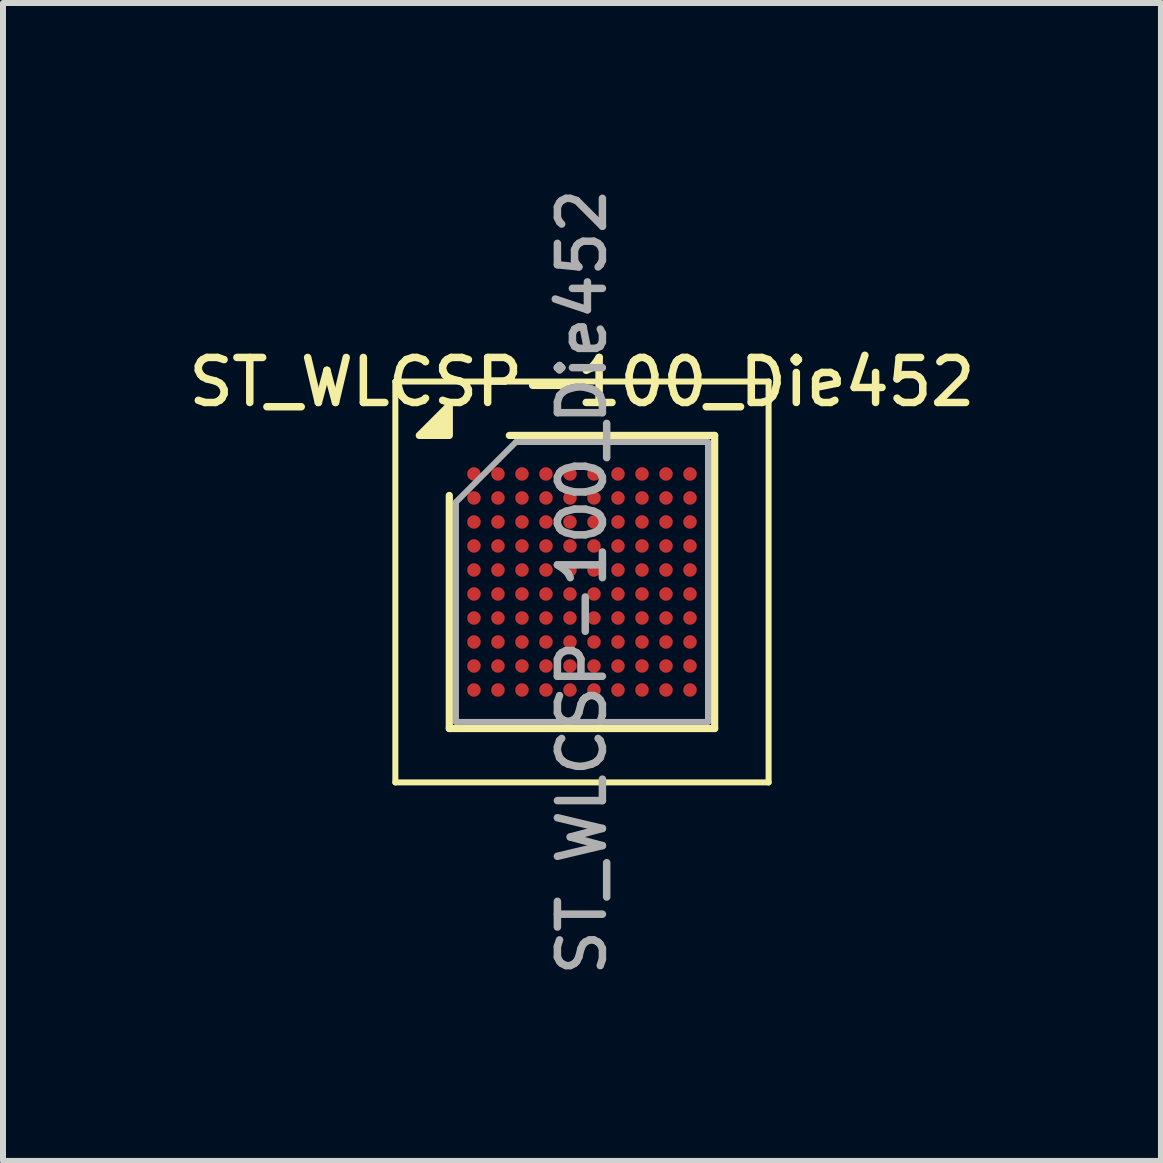
<source format=kicad_pcb>
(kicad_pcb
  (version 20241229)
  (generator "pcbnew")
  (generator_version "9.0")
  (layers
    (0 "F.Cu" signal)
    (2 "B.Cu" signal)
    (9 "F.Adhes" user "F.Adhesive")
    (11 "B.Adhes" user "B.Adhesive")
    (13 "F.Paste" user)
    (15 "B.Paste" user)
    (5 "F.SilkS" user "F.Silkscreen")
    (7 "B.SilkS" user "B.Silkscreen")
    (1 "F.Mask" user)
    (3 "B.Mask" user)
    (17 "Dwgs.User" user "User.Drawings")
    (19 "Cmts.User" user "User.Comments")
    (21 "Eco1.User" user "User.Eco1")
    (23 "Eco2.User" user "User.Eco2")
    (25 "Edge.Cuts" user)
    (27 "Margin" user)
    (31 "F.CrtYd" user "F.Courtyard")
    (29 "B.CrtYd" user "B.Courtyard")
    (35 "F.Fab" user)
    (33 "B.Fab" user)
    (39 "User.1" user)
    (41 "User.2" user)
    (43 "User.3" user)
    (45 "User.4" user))
  (footprint "ST_WLCSP-100_Die452"
    (layer "F.Cu")
    (at 6.648 6.648)
    (property "Reference" "ST_WLCSP-100_Die452" (at 0 -3.332 0) (layer "F.SilkS") (effects (font (size 0.75 0.75) (thickness 0.125))))
    (attr smd)
    (fp_line (start -3.11 -3.34) (end -3.11 3.34) (stroke (width 0.1) (type solid)) (layer "F.SilkS"))
    (fp_line (start -3.11 3.34) (end 3.11 3.34) (stroke (width 0.1) (type solid)) (layer "F.SilkS"))
    (fp_line (start -2.211 2.442) (end -2.211 -1.442) (stroke (width 0.12) (type solid)) (layer "F.SilkS"))
    (fp_line (start -1.21 -2.442) (end 2.211 -2.442) (stroke (width 0.12) (type solid)) (layer "F.SilkS"))
    (fp_line (start 2.211 -2.442) (end 2.211 2.442) (stroke (width 0.12) (type solid)) (layer "F.SilkS"))
    (fp_line (start 2.211 2.442) (end -2.211 2.442) (stroke (width 0.12) (type solid)) (layer "F.SilkS"))
    (fp_line (start 3.11 -3.34) (end -3.11 -3.34) (stroke (width 0.1) (type solid)) (layer "F.SilkS"))
    (fp_line (start 3.11 3.34) (end 3.11 -3.34) (stroke (width 0.1) (type solid)) (layer "F.SilkS"))
    (fp_poly (pts (xy -2.211 -2.442) (xy -2.711 -2.442) (xy -2.211 -2.942) (xy -2.211 -2.442)) (stroke (width 0.12) (type solid)) (fill yes) (layer "F.SilkS"))
    (fp_line (start -2.1 -1.331) (end -1.101 -2.332) (stroke (width 0.1) (type solid)) (layer "F.Fab"))
    (fp_line (start -2.1 2.332) (end -2.1 -1.331) (stroke (width 0.1) (type solid)) (layer "F.Fab"))
    (fp_line (start -1.101 -2.332) (end 2.1 -2.332) (stroke (width 0.1) (type solid)) (layer "F.Fab"))
    (fp_line (start 2.1 -2.332) (end 2.1 2.332) (stroke (width 0.1) (type solid)) (layer "F.Fab"))
    (fp_line (start 2.1 2.332) (end -2.1 2.332) (stroke (width 0.1) (type solid)) (layer "F.Fab"))
    (fp_text user "${REFERENCE}" (at 0 0 270) (layer "F.Fab") (effects (font (size 0.75 0.75) (thickness 0.125))))
    (pad "A1" smd circle (at -1.8 -1.8) (size 0.225 0.225) (property pad_prop_bga) (layers "F.Cu" "F.Mask" "F.Paste"))
    (pad "A2" smd circle (at -1.4 -1.8) (size 0.225 0.225) (property pad_prop_bga) (layers "F.Cu" "F.Mask" "F.Paste"))
    (pad "A3" smd circle (at -1 -1.8) (size 0.225 0.225) (property pad_prop_bga) (layers "F.Cu" "F.Mask" "F.Paste"))
    (pad "A4" smd circle (at -0.6 -1.8) (size 0.225 0.225) (property pad_prop_bga) (layers "F.Cu" "F.Mask" "F.Paste"))
    (pad "A5" smd circle (at -0.2 -1.8) (size 0.225 0.225) (property pad_prop_bga) (layers "F.Cu" "F.Mask" "F.Paste"))
    (pad "A6" smd circle (at 0.2 -1.8) (size 0.225 0.225) (property pad_prop_bga) (layers "F.Cu" "F.Mask" "F.Paste"))
    (pad "A7" smd circle (at 0.6 -1.8) (size 0.225 0.225) (property pad_prop_bga) (layers "F.Cu" "F.Mask" "F.Paste"))
    (pad "A8" smd circle (at 1 -1.8) (size 0.225 0.225) (property pad_prop_bga) (layers "F.Cu" "F.Mask" "F.Paste"))
    (pad "A9" smd circle (at 1.4 -1.8) (size 0.225 0.225) (property pad_prop_bga) (layers "F.Cu" "F.Mask" "F.Paste"))
    (pad "A10" smd circle (at 1.8 -1.8) (size 0.225 0.225) (property pad_prop_bga) (layers "F.Cu" "F.Mask" "F.Paste"))
    (pad "B1" smd circle (at -1.8 -1.4) (size 0.225 0.225) (property pad_prop_bga) (layers "F.Cu" "F.Mask" "F.Paste"))
    (pad "B2" smd circle (at -1.4 -1.4) (size 0.225 0.225) (property pad_prop_bga) (layers "F.Cu" "F.Mask" "F.Paste"))
    (pad "B3" smd circle (at -1 -1.4) (size 0.225 0.225) (property pad_prop_bga) (layers "F.Cu" "F.Mask" "F.Paste"))
    (pad "B4" smd circle (at -0.6 -1.4) (size 0.225 0.225) (property pad_prop_bga) (layers "F.Cu" "F.Mask" "F.Paste"))
    (pad "B5" smd circle (at -0.2 -1.4) (size 0.225 0.225) (property pad_prop_bga) (layers "F.Cu" "F.Mask" "F.Paste"))
    (pad "B6" smd circle (at 0.2 -1.4) (size 0.225 0.225) (property pad_prop_bga) (layers "F.Cu" "F.Mask" "F.Paste"))
    (pad "B7" smd circle (at 0.6 -1.4) (size 0.225 0.225) (property pad_prop_bga) (layers "F.Cu" "F.Mask" "F.Paste"))
    (pad "B8" smd circle (at 1 -1.4) (size 0.225 0.225) (property pad_prop_bga) (layers "F.Cu" "F.Mask" "F.Paste"))
    (pad "B9" smd circle (at 1.4 -1.4) (size 0.225 0.225) (property pad_prop_bga) (layers "F.Cu" "F.Mask" "F.Paste"))
    (pad "B10" smd circle (at 1.8 -1.4) (size 0.225 0.225) (property pad_prop_bga) (layers "F.Cu" "F.Mask" "F.Paste"))
    (pad "C1" smd circle (at -1.8 -1) (size 0.225 0.225) (property pad_prop_bga) (layers "F.Cu" "F.Mask" "F.Paste"))
    (pad "C2" smd circle (at -1.4 -1) (size 0.225 0.225) (property pad_prop_bga) (layers "F.Cu" "F.Mask" "F.Paste"))
    (pad "C3" smd circle (at -1 -1) (size 0.225 0.225) (property pad_prop_bga) (layers "F.Cu" "F.Mask" "F.Paste"))
    (pad "C4" smd circle (at -0.6 -1) (size 0.225 0.225) (property pad_prop_bga) (layers "F.Cu" "F.Mask" "F.Paste"))
    (pad "C5" smd circle (at -0.2 -1) (size 0.225 0.225) (property pad_prop_bga) (layers "F.Cu" "F.Mask" "F.Paste"))
    (pad "C6" smd circle (at 0.2 -1) (size 0.225 0.225) (property pad_prop_bga) (layers "F.Cu" "F.Mask" "F.Paste"))
    (pad "C7" smd circle (at 0.6 -1) (size 0.225 0.225) (property pad_prop_bga) (layers "F.Cu" "F.Mask" "F.Paste"))
    (pad "C8" smd circle (at 1 -1) (size 0.225 0.225) (property pad_prop_bga) (layers "F.Cu" "F.Mask" "F.Paste"))
    (pad "C9" smd circle (at 1.4 -1) (size 0.225 0.225) (property pad_prop_bga) (layers "F.Cu" "F.Mask" "F.Paste"))
    (pad "C10" smd circle (at 1.8 -1) (size 0.225 0.225) (property pad_prop_bga) (layers "F.Cu" "F.Mask" "F.Paste"))
    (pad "D1" smd circle (at -1.8 -0.6) (size 0.225 0.225) (property pad_prop_bga) (layers "F.Cu" "F.Mask" "F.Paste"))
    (pad "D2" smd circle (at -1.4 -0.6) (size 0.225 0.225) (property pad_prop_bga) (layers "F.Cu" "F.Mask" "F.Paste"))
    (pad "D3" smd circle (at -1 -0.6) (size 0.225 0.225) (property pad_prop_bga) (layers "F.Cu" "F.Mask" "F.Paste"))
    (pad "D4" smd circle (at -0.6 -0.6) (size 0.225 0.225) (property pad_prop_bga) (layers "F.Cu" "F.Mask" "F.Paste"))
    (pad "D5" smd circle (at -0.2 -0.6) (size 0.225 0.225) (property pad_prop_bga) (layers "F.Cu" "F.Mask" "F.Paste"))
    (pad "D6" smd circle (at 0.2 -0.6) (size 0.225 0.225) (property pad_prop_bga) (layers "F.Cu" "F.Mask" "F.Paste"))
    (pad "D7" smd circle (at 0.6 -0.6) (size 0.225 0.225) (property pad_prop_bga) (layers "F.Cu" "F.Mask" "F.Paste"))
    (pad "D8" smd circle (at 1 -0.6) (size 0.225 0.225) (property pad_prop_bga) (layers "F.Cu" "F.Mask" "F.Paste"))
    (pad "D9" smd circle (at 1.4 -0.6) (size 0.225 0.225) (property pad_prop_bga) (layers "F.Cu" "F.Mask" "F.Paste"))
    (pad "D10" smd circle (at 1.8 -0.6) (size 0.225 0.225) (property pad_prop_bga) (layers "F.Cu" "F.Mask" "F.Paste"))
    (pad "E1" smd circle (at -1.8 -0.2) (size 0.225 0.225) (property pad_prop_bga) (layers "F.Cu" "F.Mask" "F.Paste"))
    (pad "E2" smd circle (at -1.4 -0.2) (size 0.225 0.225) (property pad_prop_bga) (layers "F.Cu" "F.Mask" "F.Paste"))
    (pad "E3" smd circle (at -1 -0.2) (size 0.225 0.225) (property pad_prop_bga) (layers "F.Cu" "F.Mask" "F.Paste"))
    (pad "E4" smd circle (at -0.6 -0.2) (size 0.225 0.225) (property pad_prop_bga) (layers "F.Cu" "F.Mask" "F.Paste"))
    (pad "E5" smd circle (at -0.2 -0.2) (size 0.225 0.225) (property pad_prop_bga) (layers "F.Cu" "F.Mask" "F.Paste"))
    (pad "E6" smd circle (at 0.2 -0.2) (size 0.225 0.225) (property pad_prop_bga) (layers "F.Cu" "F.Mask" "F.Paste"))
    (pad "E7" smd circle (at 0.6 -0.2) (size 0.225 0.225) (property pad_prop_bga) (layers "F.Cu" "F.Mask" "F.Paste"))
    (pad "E8" smd circle (at 1 -0.2) (size 0.225 0.225) (property pad_prop_bga) (layers "F.Cu" "F.Mask" "F.Paste"))
    (pad "E9" smd circle (at 1.4 -0.2) (size 0.225 0.225) (property pad_prop_bga) (layers "F.Cu" "F.Mask" "F.Paste"))
    (pad "E10" smd circle (at 1.8 -0.2) (size 0.225 0.225) (property pad_prop_bga) (layers "F.Cu" "F.Mask" "F.Paste"))
    (pad "F1" smd circle (at -1.8 0.2) (size 0.225 0.225) (property pad_prop_bga) (layers "F.Cu" "F.Mask" "F.Paste"))
    (pad "F2" smd circle (at -1.4 0.2) (size 0.225 0.225) (property pad_prop_bga) (layers "F.Cu" "F.Mask" "F.Paste"))
    (pad "F3" smd circle (at -1 0.2) (size 0.225 0.225) (property pad_prop_bga) (layers "F.Cu" "F.Mask" "F.Paste"))
    (pad "F4" smd circle (at -0.6 0.2) (size 0.225 0.225) (property pad_prop_bga) (layers "F.Cu" "F.Mask" "F.Paste"))
    (pad "F5" smd circle (at -0.2 0.2) (size 0.225 0.225) (property pad_prop_bga) (layers "F.Cu" "F.Mask" "F.Paste"))
    (pad "F6" smd circle (at 0.2 0.2) (size 0.225 0.225) (property pad_prop_bga) (layers "F.Cu" "F.Mask" "F.Paste"))
    (pad "F7" smd circle (at 0.6 0.2) (size 0.225 0.225) (property pad_prop_bga) (layers "F.Cu" "F.Mask" "F.Paste"))
    (pad "F8" smd circle (at 1 0.2) (size 0.225 0.225) (property pad_prop_bga) (layers "F.Cu" "F.Mask" "F.Paste"))
    (pad "F9" smd circle (at 1.4 0.2) (size 0.225 0.225) (property pad_prop_bga) (layers "F.Cu" "F.Mask" "F.Paste"))
    (pad "F10" smd circle (at 1.8 0.2) (size 0.225 0.225) (property pad_prop_bga) (layers "F.Cu" "F.Mask" "F.Paste"))
    (pad "G1" smd circle (at -1.8 0.6) (size 0.225 0.225) (property pad_prop_bga) (layers "F.Cu" "F.Mask" "F.Paste"))
    (pad "G2" smd circle (at -1.4 0.6) (size 0.225 0.225) (property pad_prop_bga) (layers "F.Cu" "F.Mask" "F.Paste"))
    (pad "G3" smd circle (at -1 0.6) (size 0.225 0.225) (property pad_prop_bga) (layers "F.Cu" "F.Mask" "F.Paste"))
    (pad "G4" smd circle (at -0.6 0.6) (size 0.225 0.225) (property pad_prop_bga) (layers "F.Cu" "F.Mask" "F.Paste"))
    (pad "G5" smd circle (at -0.2 0.6) (size 0.225 0.225) (property pad_prop_bga) (layers "F.Cu" "F.Mask" "F.Paste"))
    (pad "G6" smd circle (at 0.2 0.6) (size 0.225 0.225) (property pad_prop_bga) (layers "F.Cu" "F.Mask" "F.Paste"))
    (pad "G7" smd circle (at 0.6 0.6) (size 0.225 0.225) (property pad_prop_bga) (layers "F.Cu" "F.Mask" "F.Paste"))
    (pad "G8" smd circle (at 1 0.6) (size 0.225 0.225) (property pad_prop_bga) (layers "F.Cu" "F.Mask" "F.Paste"))
    (pad "G9" smd circle (at 1.4 0.6) (size 0.225 0.225) (property pad_prop_bga) (layers "F.Cu" "F.Mask" "F.Paste"))
    (pad "G10" smd circle (at 1.8 0.6) (size 0.225 0.225) (property pad_prop_bga) (layers "F.Cu" "F.Mask" "F.Paste"))
    (pad "H1" smd circle (at -1.8 1) (size 0.225 0.225) (property pad_prop_bga) (layers "F.Cu" "F.Mask" "F.Paste"))
    (pad "H2" smd circle (at -1.4 1) (size 0.225 0.225) (property pad_prop_bga) (layers "F.Cu" "F.Mask" "F.Paste"))
    (pad "H3" smd circle (at -1 1) (size 0.225 0.225) (property pad_prop_bga) (layers "F.Cu" "F.Mask" "F.Paste"))
    (pad "H4" smd circle (at -0.6 1) (size 0.225 0.225) (property pad_prop_bga) (layers "F.Cu" "F.Mask" "F.Paste"))
    (pad "H5" smd circle (at -0.2 1) (size 0.225 0.225) (property pad_prop_bga) (layers "F.Cu" "F.Mask" "F.Paste"))
    (pad "H6" smd circle (at 0.2 1) (size 0.225 0.225) (property pad_prop_bga) (layers "F.Cu" "F.Mask" "F.Paste"))
    (pad "H7" smd circle (at 0.6 1) (size 0.225 0.225) (property pad_prop_bga) (layers "F.Cu" "F.Mask" "F.Paste"))
    (pad "H8" smd circle (at 1 1) (size 0.225 0.225) (property pad_prop_bga) (layers "F.Cu" "F.Mask" "F.Paste"))
    (pad "H9" smd circle (at 1.4 1) (size 0.225 0.225) (property pad_prop_bga) (layers "F.Cu" "F.Mask" "F.Paste"))
    (pad "H10" smd circle (at 1.8 1) (size 0.225 0.225) (property pad_prop_bga) (layers "F.Cu" "F.Mask" "F.Paste"))
    (pad "J1" smd circle (at -1.8 1.4) (size 0.225 0.225) (property pad_prop_bga) (layers "F.Cu" "F.Mask" "F.Paste"))
    (pad "J2" smd circle (at -1.4 1.4) (size 0.225 0.225) (property pad_prop_bga) (layers "F.Cu" "F.Mask" "F.Paste"))
    (pad "J3" smd circle (at -1 1.4) (size 0.225 0.225) (property pad_prop_bga) (layers "F.Cu" "F.Mask" "F.Paste"))
    (pad "J4" smd circle (at -0.6 1.4) (size 0.225 0.225) (property pad_prop_bga) (layers "F.Cu" "F.Mask" "F.Paste"))
    (pad "J5" smd circle (at -0.2 1.4) (size 0.225 0.225) (property pad_prop_bga) (layers "F.Cu" "F.Mask" "F.Paste"))
    (pad "J6" smd circle (at 0.2 1.4) (size 0.225 0.225) (property pad_prop_bga) (layers "F.Cu" "F.Mask" "F.Paste"))
    (pad "J7" smd circle (at 0.6 1.4) (size 0.225 0.225) (property pad_prop_bga) (layers "F.Cu" "F.Mask" "F.Paste"))
    (pad "J8" smd circle (at 1 1.4) (size 0.225 0.225) (property pad_prop_bga) (layers "F.Cu" "F.Mask" "F.Paste"))
    (pad "J9" smd circle (at 1.4 1.4) (size 0.225 0.225) (property pad_prop_bga) (layers "F.Cu" "F.Mask" "F.Paste"))
    (pad "J10" smd circle (at 1.8 1.4) (size 0.225 0.225) (property pad_prop_bga) (layers "F.Cu" "F.Mask" "F.Paste"))
    (pad "K1" smd circle (at -1.8 1.8) (size 0.225 0.225) (property pad_prop_bga) (layers "F.Cu" "F.Mask" "F.Paste"))
    (pad "K2" smd circle (at -1.4 1.8) (size 0.225 0.225) (property pad_prop_bga) (layers "F.Cu" "F.Mask" "F.Paste"))
    (pad "K3" smd circle (at -1 1.8) (size 0.225 0.225) (property pad_prop_bga) (layers "F.Cu" "F.Mask" "F.Paste"))
    (pad "K4" smd circle (at -0.6 1.8) (size 0.225 0.225) (property pad_prop_bga) (layers "F.Cu" "F.Mask" "F.Paste"))
    (pad "K5" smd circle (at -0.2 1.8) (size 0.225 0.225) (property pad_prop_bga) (layers "F.Cu" "F.Mask" "F.Paste"))
    (pad "K6" smd circle (at 0.2 1.8) (size 0.225 0.225) (property pad_prop_bga) (layers "F.Cu" "F.Mask" "F.Paste"))
    (pad "K7" smd circle (at 0.6 1.8) (size 0.225 0.225) (property pad_prop_bga) (layers "F.Cu" "F.Mask" "F.Paste"))
    (pad "K8" smd circle (at 1 1.8) (size 0.225 0.225) (property pad_prop_bga) (layers "F.Cu" "F.Mask" "F.Paste"))
    (pad "K9" smd circle (at 1.4 1.8) (size 0.225 0.225) (property pad_prop_bga) (layers "F.Cu" "F.Mask" "F.Paste"))
    (pad "K10" smd circle (at 1.8 1.8) (size 0.225 0.225) (property pad_prop_bga) (layers "F.Cu" "F.Mask" "F.Paste")))
  (gr_rect
    (start -3 -3)
    (end 16.296 16.296)
    (stroke (width 0.1) (type default))
    (fill no)
    (layer "Edge.Cuts")))
</source>
